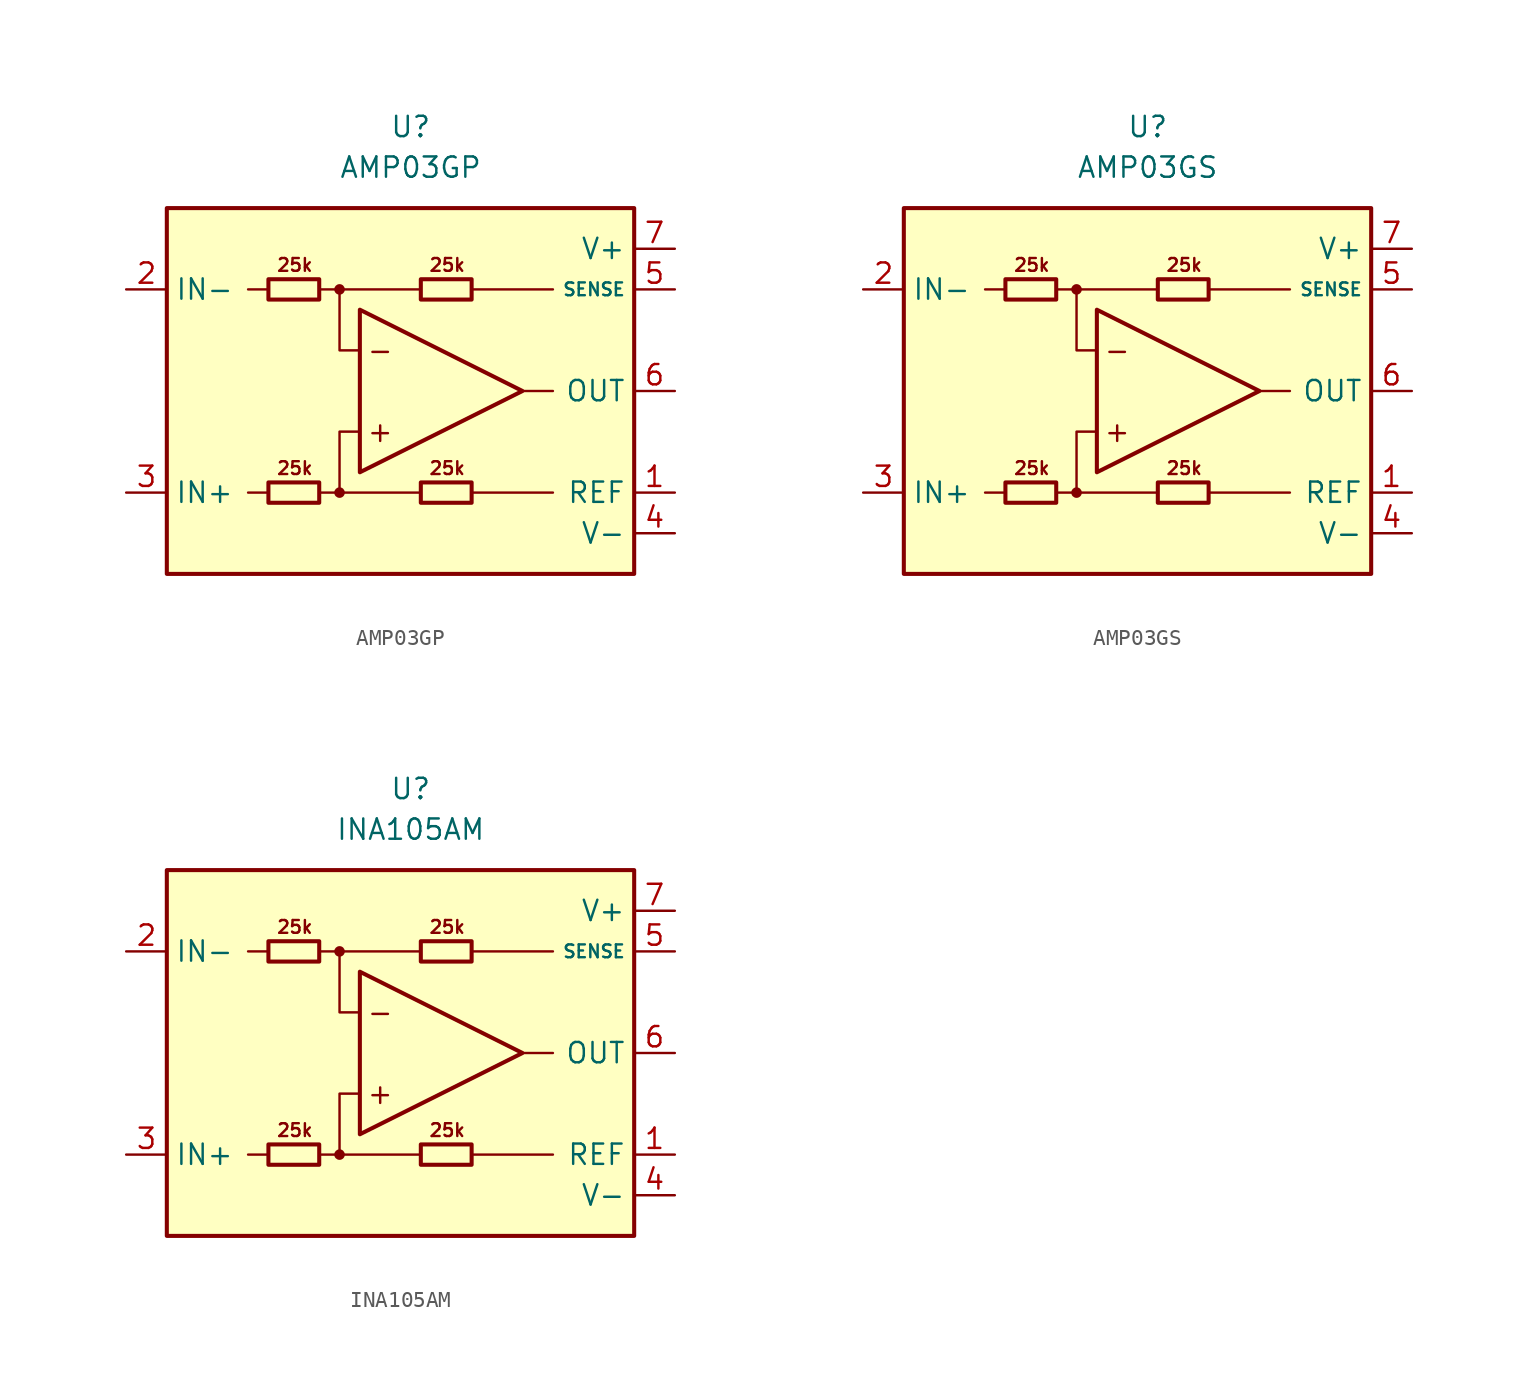
<source format=kicad_sym>
(kicad_symbol_lib
  (version 20211014)
  (generator kicad_symbol_editor)
  (symbol "AMP03GP"
    (property "Reference" "U"
      (at 0 16.51 0)
      (effects (font (size 1.27 1.27))))
    (property "Value" "AMP03GP"
      (at 0 13.97 0)
      (effects (font (size 1.27 1.27))))
    (symbol "AMP03GP_0_0"
      (rectangle (start -15.24 11.43) (end 13.97 -11.43) (stroke (width 0.254) (type default) (color 0 0 0 0)) (fill (type background)))
      (circle (center -4.445 -6.35) (radius 0.254) (stroke (width 0.152) (type default) (color 0 0 0 0)) (fill (type outline)))
      (circle (center -4.445 6.35) (radius 0.254) (stroke (width 0.152) (type default) (color 0 0 0 0)) (fill (type outline)))
      (polyline (pts (xy -8.89 -6.35) (xy -10.16 -6.35)) (stroke (width 0.152) (type default) (color 0 0 0 0)) (fill (type none)))
      (polyline (pts (xy -8.89 6.35) (xy -10.16 6.35)) (stroke (width 0.152) (type default) (color 0 0 0 0)) (fill (type none)))
      (polyline (pts (xy -4.445 6.35) (xy 0.635 6.35)) (stroke (width 0.152) (type default) (color 0 0 0 0)) (fill (type none)))
      (polyline (pts (xy 0.635 -6.35) (xy -4.445 -6.35)) (stroke (width 0.152) (type default) (color 0 0 0 0)) (fill (type none)))
      (polyline (pts (xy 3.81 -6.35) (xy 8.89 -6.35)) (stroke (width 0.152) (type default) (color 0 0 0 0)) (fill (type none)))
      (polyline (pts (xy 3.81 6.35) (xy 8.89 6.35)) (stroke (width 0.152) (type default) (color 0 0 0 0)) (fill (type none)))
      (polyline (pts (xy 8.89 0) (xy 6.985 0)) (stroke (width 0.152) (type default) (color 0 0 0 0)) (fill (type none)))
      (polyline (pts (xy -5.715 -6.35) (xy -4.445 -6.35) (xy -4.445 -2.54) (xy -3.175 -2.54)) (stroke (width 0.152) (type default) (color 0 0 0 0)) (fill (type none)))
      (polyline (pts (xy -3.175 2.54) (xy -4.445 2.54) (xy -4.445 6.35) (xy -5.715 6.35)) (stroke (width 0.152) (type default) (color 0 0 0 0)) (fill (type none)))
      (text "+" (at -1.905 -2.54 0) (effects (font (size 1.27 1.27))))
      (text "-" (at -1.905 2.54 0) (effects (font (size 1.27 1.27))))
      (text "25k" (at -7.239 -4.826 0) (effects (font (size 0.8 0.8))))
      (text "25k" (at -7.239 7.874 0) (effects (font (size 0.8 0.8))))
      (text "25k" (at 2.286 -4.826 0) (effects (font (size 0.8 0.8))))
      (text "25k" (at 2.286 7.874 0) (effects (font (size 0.8 0.8)))))
    (symbol "AMP03GP_0_1"
      (rectangle (start -8.89 -5.715) (end -5.715 -6.985) (stroke (width 0.254) (type default) (color 0 0 0 0)) (fill (type none)))
      (rectangle (start -8.89 6.985) (end -5.715 5.715) (stroke (width 0.254) (type default) (color 0 0 0 0)) (fill (type none)))
      (polyline (pts (xy -3.175 5.08) (xy -3.175 -5.08) (xy 6.985 0) (xy -3.175 5.08)) (stroke (width 0.254) (type default) (color 0 0 0 0)) (fill (type none)))
      (rectangle (start 0.635 -5.715) (end 3.81 -6.985) (stroke (width 0.254) (type default) (color 0 0 0 0)) (fill (type none)))
      (rectangle (start 0.635 6.985) (end 3.81 5.715) (stroke (width 0.254) (type default) (color 0 0 0 0)) (fill (type none))))
    (symbol "AMP03GP_1_1"
      (pin input line (at 16.51 -6.35 180) (length 2.54) (name "REF" (effects (font (size 1.27 1.27)))) (number "1" (effects (font (size 1.27 1.27)))))
      (pin input line (at -17.78 6.35 0) (length 2.54) (name "IN-" (effects (font (size 1.27 1.27)))) (number "2" (effects (font (size 1.27 1.27)))))
      (pin input line (at -17.78 -6.35 0) (length 2.54) (name "IN+" (effects (font (size 1.27 1.27)))) (number "3" (effects (font (size 1.27 1.27)))))
      (pin power_in line (at 16.51 -8.89 180) (length 2.54) (name "V-" (effects (font (size 1.27 1.27)))) (number "4" (effects (font (size 1.27 1.27)))))
      (pin input line (at 16.51 6.35 180) (length 2.54) (name "SENSE" (effects (font (size 0.8 0.8)))) (number "5" (effects (font (size 1.27 1.27)))))
      (pin output line (at 16.51 0 180) (length 2.54) (name "OUT" (effects (font (size 1.27 1.27)))) (number "6" (effects (font (size 1.27 1.27)))))
      (pin power_in line (at 16.51 8.89 180) (length 2.54) (name "V+" (effects (font (size 1.27 1.27)))) (number "7" (effects (font (size 1.27 1.27)))))
      (pin no_connect line (at -8.89 0 0) (length 2.54) hide (name "NC" (effects (font (size 1.27 1.27)))) (number "8" (effects (font (size 1.27 1.27)))))))
  (symbol "AMP03GS"
    (property "Reference" "U"
      (at 0 16.51 0)
      (effects (font (size 1.27 1.27))))
    (property "Value" "AMP03GS"
      (at 0 13.97 0)
      (effects (font (size 1.27 1.27))))
    (symbol "AMP03GS_0_0"
      (rectangle (start -15.24 11.43) (end 13.97 -11.43) (stroke (width 0.254) (type default) (color 0 0 0 0)) (fill (type background)))
      (circle (center -4.445 -6.35) (radius 0.254) (stroke (width 0.152) (type default) (color 0 0 0 0)) (fill (type outline)))
      (circle (center -4.445 6.35) (radius 0.254) (stroke (width 0.152) (type default) (color 0 0 0 0)) (fill (type outline)))
      (polyline (pts (xy -8.89 -6.35) (xy -10.16 -6.35)) (stroke (width 0.152) (type default) (color 0 0 0 0)) (fill (type none)))
      (polyline (pts (xy -8.89 6.35) (xy -10.16 6.35)) (stroke (width 0.152) (type default) (color 0 0 0 0)) (fill (type none)))
      (polyline (pts (xy -4.445 6.35) (xy 0.635 6.35)) (stroke (width 0.152) (type default) (color 0 0 0 0)) (fill (type none)))
      (polyline (pts (xy 0.635 -6.35) (xy -4.445 -6.35)) (stroke (width 0.152) (type default) (color 0 0 0 0)) (fill (type none)))
      (polyline (pts (xy 3.81 -6.35) (xy 8.89 -6.35)) (stroke (width 0.152) (type default) (color 0 0 0 0)) (fill (type none)))
      (polyline (pts (xy 3.81 6.35) (xy 8.89 6.35)) (stroke (width 0.152) (type default) (color 0 0 0 0)) (fill (type none)))
      (polyline (pts (xy 8.89 0) (xy 6.985 0)) (stroke (width 0.152) (type default) (color 0 0 0 0)) (fill (type none)))
      (polyline (pts (xy -5.715 -6.35) (xy -4.445 -6.35) (xy -4.445 -2.54) (xy -3.175 -2.54)) (stroke (width 0.152) (type default) (color 0 0 0 0)) (fill (type none)))
      (polyline (pts (xy -3.175 2.54) (xy -4.445 2.54) (xy -4.445 6.35) (xy -5.715 6.35)) (stroke (width 0.152) (type default) (color 0 0 0 0)) (fill (type none)))
      (text "+" (at -1.905 -2.54 0) (effects (font (size 1.27 1.27))))
      (text "-" (at -1.905 2.54 0) (effects (font (size 1.27 1.27))))
      (text "25k" (at -7.239 -4.826 0) (effects (font (size 0.8 0.8))))
      (text "25k" (at -7.239 7.874 0) (effects (font (size 0.8 0.8))))
      (text "25k" (at 2.286 -4.826 0) (effects (font (size 0.8 0.8))))
      (text "25k" (at 2.286 7.874 0) (effects (font (size 0.8 0.8)))))
    (symbol "AMP03GS_0_1"
      (rectangle (start -8.89 -5.715) (end -5.715 -6.985) (stroke (width 0.254) (type default) (color 0 0 0 0)) (fill (type none)))
      (rectangle (start -8.89 6.985) (end -5.715 5.715) (stroke (width 0.254) (type default) (color 0 0 0 0)) (fill (type none)))
      (polyline (pts (xy -3.175 5.08) (xy -3.175 -5.08) (xy 6.985 0) (xy -3.175 5.08)) (stroke (width 0.254) (type default) (color 0 0 0 0)) (fill (type none)))
      (rectangle (start 0.635 -5.715) (end 3.81 -6.985) (stroke (width 0.254) (type default) (color 0 0 0 0)) (fill (type none)))
      (rectangle (start 0.635 6.985) (end 3.81 5.715) (stroke (width 0.254) (type default) (color 0 0 0 0)) (fill (type none))))
    (symbol "AMP03GS_1_1"
      (pin input line (at 16.51 -6.35 180) (length 2.54) (name "REF" (effects (font (size 1.27 1.27)))) (number "1" (effects (font (size 1.27 1.27)))))
      (pin input line (at -17.78 6.35 0) (length 2.54) (name "IN-" (effects (font (size 1.27 1.27)))) (number "2" (effects (font (size 1.27 1.27)))))
      (pin input line (at -17.78 -6.35 0) (length 2.54) (name "IN+" (effects (font (size 1.27 1.27)))) (number "3" (effects (font (size 1.27 1.27)))))
      (pin power_in line (at 16.51 -8.89 180) (length 2.54) (name "V-" (effects (font (size 1.27 1.27)))) (number "4" (effects (font (size 1.27 1.27)))))
      (pin input line (at 16.51 6.35 180) (length 2.54) (name "SENSE" (effects (font (size 0.8 0.8)))) (number "5" (effects (font (size 1.27 1.27)))))
      (pin output line (at 16.51 0 180) (length 2.54) (name "OUT" (effects (font (size 1.27 1.27)))) (number "6" (effects (font (size 1.27 1.27)))))
      (pin power_in line (at 16.51 8.89 180) (length 2.54) (name "V+" (effects (font (size 1.27 1.27)))) (number "7" (effects (font (size 1.27 1.27)))))
      (pin no_connect line (at -8.89 0 0) (length 2.54) hide (name "NC" (effects (font (size 1.27 1.27)))) (number "8" (effects (font (size 1.27 1.27)))))))
  (symbol "INA105AM"
    (property "Reference" "U"
      (at 0 16.51 0)
      (effects (font (size 1.27 1.27))))
    (property "Value" "INA105AM"
      (at 0 13.97 0)
      (effects (font (size 1.27 1.27))))
    (symbol "INA105AM_0_0"
      (rectangle (start -15.24 11.43) (end 13.97 -11.43) (stroke (width 0.254) (type default) (color 0 0 0 0)) (fill (type background)))
      (circle (center -4.445 -6.35) (radius 0.254) (stroke (width 0.152) (type default) (color 0 0 0 0)) (fill (type outline)))
      (circle (center -4.445 6.35) (radius 0.254) (stroke (width 0.152) (type default) (color 0 0 0 0)) (fill (type outline)))
      (polyline (pts (xy -8.89 -6.35) (xy -10.16 -6.35)) (stroke (width 0.152) (type default) (color 0 0 0 0)) (fill (type none)))
      (polyline (pts (xy -8.89 6.35) (xy -10.16 6.35)) (stroke (width 0.152) (type default) (color 0 0 0 0)) (fill (type none)))
      (polyline (pts (xy -4.445 6.35) (xy 0.635 6.35)) (stroke (width 0.152) (type default) (color 0 0 0 0)) (fill (type none)))
      (polyline (pts (xy 0.635 -6.35) (xy -4.445 -6.35)) (stroke (width 0.152) (type default) (color 0 0 0 0)) (fill (type none)))
      (polyline (pts (xy 3.81 -6.35) (xy 8.89 -6.35)) (stroke (width 0.152) (type default) (color 0 0 0 0)) (fill (type none)))
      (polyline (pts (xy 3.81 6.35) (xy 8.89 6.35)) (stroke (width 0.152) (type default) (color 0 0 0 0)) (fill (type none)))
      (polyline (pts (xy 8.89 0) (xy 6.985 0)) (stroke (width 0.152) (type default) (color 0 0 0 0)) (fill (type none)))
      (polyline (pts (xy -5.715 -6.35) (xy -4.445 -6.35) (xy -4.445 -2.54) (xy -3.175 -2.54)) (stroke (width 0.152) (type default) (color 0 0 0 0)) (fill (type none)))
      (polyline (pts (xy -3.175 2.54) (xy -4.445 2.54) (xy -4.445 6.35) (xy -5.715 6.35)) (stroke (width 0.152) (type default) (color 0 0 0 0)) (fill (type none)))
      (text "+" (at -1.905 -2.54 0) (effects (font (size 1.27 1.27))))
      (text "-" (at -1.905 2.54 0) (effects (font (size 1.27 1.27))))
      (text "25k" (at -7.239 -4.826 0) (effects (font (size 0.8 0.8))))
      (text "25k" (at -7.239 7.874 0) (effects (font (size 0.8 0.8))))
      (text "25k" (at 2.286 -4.826 0) (effects (font (size 0.8 0.8))))
      (text "25k" (at 2.286 7.874 0) (effects (font (size 0.8 0.8)))))
    (symbol "INA105AM_0_1"
      (rectangle (start -8.89 -5.715) (end -5.715 -6.985) (stroke (width 0.254) (type default) (color 0 0 0 0)) (fill (type none)))
      (rectangle (start -8.89 6.985) (end -5.715 5.715) (stroke (width 0.254) (type default) (color 0 0 0 0)) (fill (type none)))
      (polyline (pts (xy -3.175 5.08) (xy -3.175 -5.08) (xy 6.985 0) (xy -3.175 5.08)) (stroke (width 0.254) (type default) (color 0 0 0 0)) (fill (type none)))
      (rectangle (start 0.635 -5.715) (end 3.81 -6.985) (stroke (width 0.254) (type default) (color 0 0 0 0)) (fill (type none)))
      (rectangle (start 0.635 6.985) (end 3.81 5.715) (stroke (width 0.254) (type default) (color 0 0 0 0)) (fill (type none))))
    (symbol "INA105AM_1_1"
      (pin input line (at 16.51 -6.35 180) (length 2.54) (name "REF" (effects (font (size 1.27 1.27)))) (number "1" (effects (font (size 1.27 1.27)))))
      (pin input line (at -17.78 6.35 0) (length 2.54) (name "IN-" (effects (font (size 1.27 1.27)))) (number "2" (effects (font (size 1.27 1.27)))))
      (pin input line (at -17.78 -6.35 0) (length 2.54) (name "IN+" (effects (font (size 1.27 1.27)))) (number "3" (effects (font (size 1.27 1.27)))))
      (pin power_in line (at 16.51 -8.89 180) (length 2.54) (name "V-" (effects (font (size 1.27 1.27)))) (number "4" (effects (font (size 1.27 1.27)))))
      (pin input line (at 16.51 6.35 180) (length 2.54) (name "SENSE" (effects (font (size 0.8 0.8)))) (number "5" (effects (font (size 1.27 1.27)))))
      (pin output line (at 16.51 0 180) (length 2.54) (name "OUT" (effects (font (size 1.27 1.27)))) (number "6" (effects (font (size 1.27 1.27)))))
      (pin power_in line (at 16.51 8.89 180) (length 2.54) (name "V+" (effects (font (size 1.27 1.27)))) (number "7" (effects (font (size 1.27 1.27)))))
      (pin no_connect line (at -10.16 0 0) (length 2.54) hide (name "NC" (effects (font (size 1.27 1.27)))) (number "8" (effects (font (size 1.27 1.27))))))))
</source>
